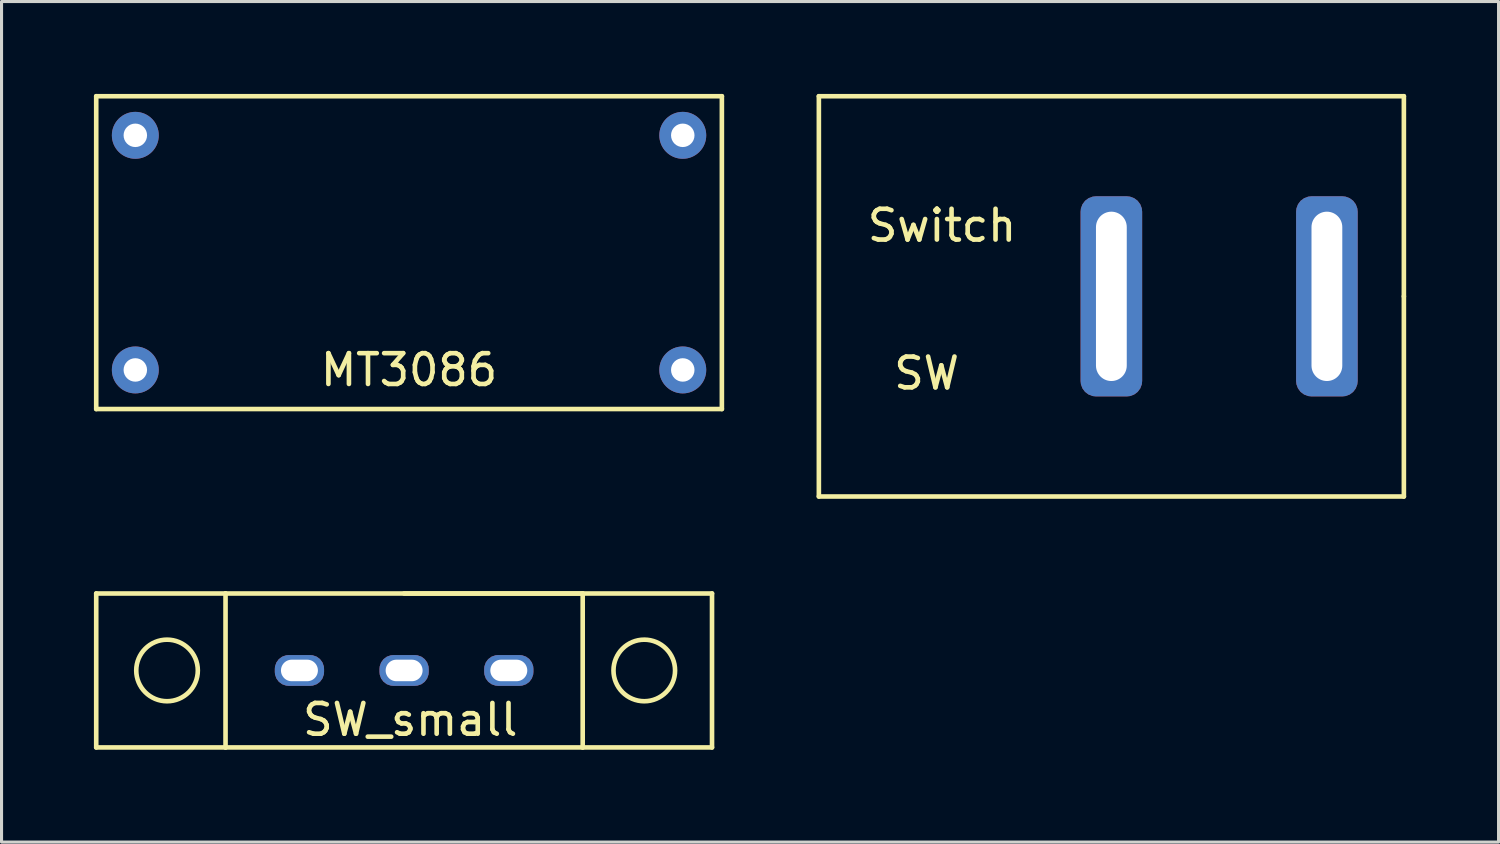
<source format=kicad_pcb>
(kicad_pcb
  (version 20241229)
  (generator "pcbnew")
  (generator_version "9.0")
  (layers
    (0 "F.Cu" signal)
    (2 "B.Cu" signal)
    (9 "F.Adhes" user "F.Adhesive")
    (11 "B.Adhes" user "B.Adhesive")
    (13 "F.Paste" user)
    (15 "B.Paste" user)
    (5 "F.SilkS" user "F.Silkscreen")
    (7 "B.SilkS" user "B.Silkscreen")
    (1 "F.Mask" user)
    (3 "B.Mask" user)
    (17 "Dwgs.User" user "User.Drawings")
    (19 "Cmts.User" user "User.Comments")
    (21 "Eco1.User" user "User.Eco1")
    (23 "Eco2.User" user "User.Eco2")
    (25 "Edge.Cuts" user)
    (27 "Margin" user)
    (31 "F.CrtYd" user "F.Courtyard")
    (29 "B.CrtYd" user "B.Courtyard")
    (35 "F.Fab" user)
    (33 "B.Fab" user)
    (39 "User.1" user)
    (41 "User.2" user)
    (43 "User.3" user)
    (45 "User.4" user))
  (footprint "MT3086"
    (layer "F.Cu")
    (at 10.235 5.155)
    (property "Reference" "MT3086" (at 0 3.81 0) (layer "F.SilkS") (effects (font (size 1 1) (thickness 0.15))))
    (attr through_hole)
    (fp_line (start -10.16 -5.08) (end 10.16 -5.08) (stroke (width 0.15) (type solid)) (layer "F.SilkS"))
    (fp_line (start -10.16 5.08) (end -10.16 -5.08) (stroke (width 0.15) (type solid)) (layer "F.SilkS"))
    (fp_line (start 10.16 -5.08) (end 10.16 5.08) (stroke (width 0.15) (type solid)) (layer "F.SilkS"))
    (fp_line (start 10.16 5.08) (end -10.16 5.08) (stroke (width 0.15) (type solid)) (layer "F.SilkS"))
    (pad "1" thru_hole circle (at -8.89 -3.81) (size 1.524 1.524) (drill 0.762) (layers "*.Cu" "*.Mask"))
    (pad "2" thru_hole circle (at -8.89 3.81) (size 1.524 1.524) (drill 0.762) (layers "*.Cu" "*.Mask"))
    (pad "3" thru_hole circle (at 8.89 -3.81) (size 1.524 1.524) (drill 0.762) (layers "*.Cu" "*.Mask"))
    (pad "4" thru_hole circle (at 8.89 3.81) (size 1.524 1.524) (drill 0.762) (layers "*.Cu" "*.Mask")))
  (footprint "SW_small"
    (layer "F.Cu")
    (at 10.075 18.725)
    (property "Reference" "SW_small" (at 0.2 1.6 0) (layer "F.SilkS") (effects (font (size 1 1) (thickness 0.15))))
    (attr through_hole)
    (fp_line (start -10 -2.5) (end -10 2.5) (stroke (width 0.15) (type solid)) (layer "F.SilkS"))
    (fp_line (start -10 2.5) (end -5.8 2.5) (stroke (width 0.15) (type solid)) (layer "F.SilkS"))
    (fp_line (start -5.8 -2.5) (end -10 -2.5) (stroke (width 0.15) (type solid)) (layer "F.SilkS"))
    (fp_line (start -5.8 -2.5) (end 5.8 -2.5) (stroke (width 0.15) (type solid)) (layer "F.SilkS"))
    (fp_line (start -5.8 2.5) (end -5.8 -2.5) (stroke (width 0.15) (type solid)) (layer "F.SilkS"))
    (fp_line (start 0 -2.5) (end 10 -2.5) (stroke (width 0.15) (type solid)) (layer "F.SilkS"))
    (fp_line (start 5.8 -2.5) (end 5.8 2.5) (stroke (width 0.15) (type solid)) (layer "F.SilkS"))
    (fp_line (start 5.8 2.5) (end -5.8 2.5) (stroke (width 0.15) (type solid)) (layer "F.SilkS"))
    (fp_line (start 10 -2.5) (end 10 2.5) (stroke (width 0.15) (type solid)) (layer "F.SilkS"))
    (fp_line (start 10 2.5) (end 5.8 2.5) (stroke (width 0.15) (type solid)) (layer "F.SilkS"))
    (fp_circle (center -7.7 0) (end -7.7 1) (stroke (width 0.15) (type solid)) (fill no) (layer "F.SilkS"))
    (fp_circle (center 7.8 0) (end 7.8 1) (stroke (width 0.15) (type solid)) (fill no) (layer "F.SilkS"))
    (pad "1" thru_hole roundrect (at 0 0) (size 1.6 1) (drill oval 1.2 0.7) (layers "*.Cu" "*.Mask") (roundrect_rratio 0.45))
    (pad "2" thru_hole roundrect (at 3.4 0) (size 1.6 1) (drill oval 1.2 0.7) (layers "*.Cu" "*.Mask") (roundrect_rratio 0.45))
    (pad "3" thru_hole roundrect (at -3.4 0) (size 1.6 1) (drill oval 1.2 0.7) (layers "*.Cu" "*.Mask") (roundrect_rratio 0.45)))
  (footprint "SW"
    (layer "F.Cu")
    (at 33.045 6.575)
    (property "Reference" "SW" (at -6 2.5 0) (layer "F.SilkS") (effects (font (size 1 1) (thickness 0.15))))
    (attr through_hole)
    (fp_line (start -9.5 6.5) (end -9.5 -6.5) (stroke (width 0.15) (type solid)) (layer "F.SilkS"))
    (fp_line (start 9.5 -6.5) (end -9.5 -6.5) (stroke (width 0.15) (type solid)) (layer "F.SilkS"))
    (fp_line (start 9.5 0) (end 9.5 -6.5) (stroke (width 0.15) (type solid)) (layer "F.SilkS"))
    (fp_line (start 9.5 0) (end 9.5 6.5) (stroke (width 0.15) (type solid)) (layer "F.SilkS"))
    (fp_line (start 9.5 6.5) (end -9.5 6.5) (stroke (width 0.15) (type solid)) (layer "F.SilkS"))
    (fp_text user "Switch" (at -5.5 -2.3 0) (layer "F.SilkS") (effects (font (size 1 1) (thickness 0.15))))
    (pad "1" thru_hole roundrect (at 0 0) (size 2 6.5) (drill oval 1 5.5) (layers "*.Cu" "*.Mask") (roundrect_rratio 0.25))
    (pad "2" thru_hole roundrect (at 7 0) (size 2 6.5) (drill oval 1 5.5) (layers "*.Cu" "*.Mask") (roundrect_rratio 0.25)))
  (gr_rect
    (start -3 -3)
    (end 45.62 24.3)
    (stroke (width 0.1) (type default))
    (fill no)
    (layer "Edge.Cuts")))
</source>
